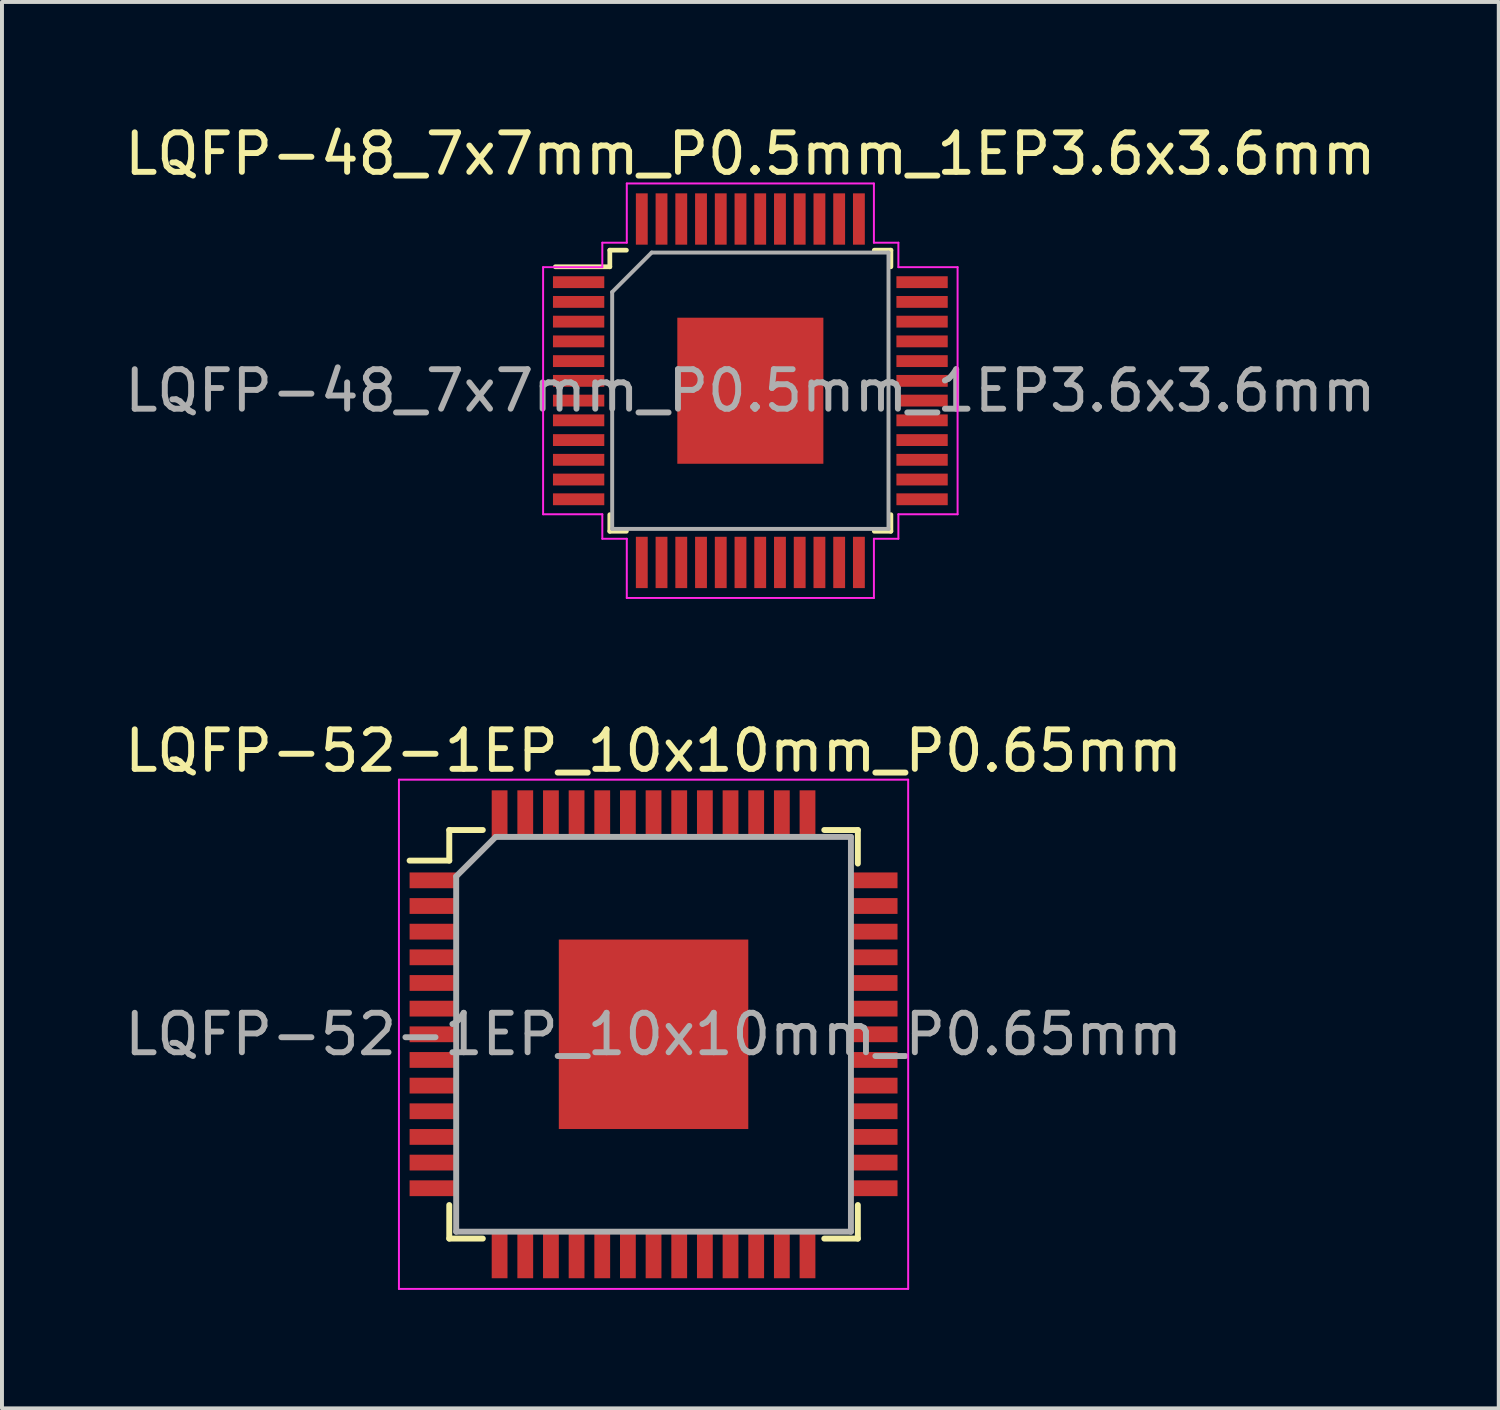
<source format=kicad_pcb>
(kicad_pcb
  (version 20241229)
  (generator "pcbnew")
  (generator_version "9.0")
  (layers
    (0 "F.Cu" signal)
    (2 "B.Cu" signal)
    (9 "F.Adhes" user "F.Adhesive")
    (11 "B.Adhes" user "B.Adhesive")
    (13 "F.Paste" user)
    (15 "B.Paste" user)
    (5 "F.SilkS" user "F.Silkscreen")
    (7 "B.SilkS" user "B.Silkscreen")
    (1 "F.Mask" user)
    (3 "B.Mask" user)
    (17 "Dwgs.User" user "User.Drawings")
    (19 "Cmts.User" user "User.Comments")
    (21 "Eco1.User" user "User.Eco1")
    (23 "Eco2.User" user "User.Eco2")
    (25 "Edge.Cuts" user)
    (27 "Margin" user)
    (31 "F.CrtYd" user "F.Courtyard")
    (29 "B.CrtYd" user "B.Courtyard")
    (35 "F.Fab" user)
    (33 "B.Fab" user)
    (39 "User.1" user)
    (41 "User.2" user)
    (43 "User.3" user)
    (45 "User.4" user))
  (footprint "LQFP-52-1EP_10x10mm_P0.65mm"
    (layer "F.Cu")
    (at 13.506 23.151)
    (property "Reference" "LQFP-52-1EP_10x10mm_P0.65mm" (at 0 -7.18 0) (layer "F.SilkS") (effects (font (size 1 1) (thickness 0.15))))
    (attr smd)
    (fp_line (start -5.175 -5.175) (end -5.175 -4.4) (stroke (width 0.15) (type solid)) (layer "F.SilkS"))
    (fp_line (start -5.175 -5.175) (end -4.325 -5.175) (stroke (width 0.15) (type solid)) (layer "F.SilkS"))
    (fp_line (start -5.175 -4.4) (end -6.18 -4.4) (stroke (width 0.15) (type solid)) (layer "F.SilkS"))
    (fp_line (start -5.175 5.175) (end -5.175 4.325) (stroke (width 0.15) (type solid)) (layer "F.SilkS"))
    (fp_line (start -5.175 5.175) (end -4.325 5.175) (stroke (width 0.15) (type solid)) (layer "F.SilkS"))
    (fp_line (start 5.175 -5.175) (end 4.325 -5.175) (stroke (width 0.15) (type solid)) (layer "F.SilkS"))
    (fp_line (start 5.175 -5.175) (end 5.175 -4.325) (stroke (width 0.15) (type solid)) (layer "F.SilkS"))
    (fp_line (start 5.175 5.175) (end 4.325 5.175) (stroke (width 0.15) (type solid)) (layer "F.SilkS"))
    (fp_line (start 5.175 5.175) (end 5.175 4.325) (stroke (width 0.15) (type solid)) (layer "F.SilkS"))
    (fp_line (start -6.45 -6.45) (end -6.45 6.45) (stroke (width 0.05) (type solid)) (layer "F.CrtYd"))
    (fp_line (start -6.45 -6.45) (end 6.45 -6.45) (stroke (width 0.05) (type solid)) (layer "F.CrtYd"))
    (fp_line (start -6.45 6.45) (end 6.45 6.45) (stroke (width 0.05) (type solid)) (layer "F.CrtYd"))
    (fp_line (start 6.45 -6.45) (end 6.45 6.45) (stroke (width 0.05) (type solid)) (layer "F.CrtYd"))
    (fp_line (start -5 -4) (end -4 -5) (stroke (width 0.15) (type solid)) (layer "F.Fab"))
    (fp_line (start -5 5) (end -5 -4) (stroke (width 0.15) (type solid)) (layer "F.Fab"))
    (fp_line (start -4 -5) (end 5 -5) (stroke (width 0.15) (type solid)) (layer "F.Fab"))
    (fp_line (start 5 -5) (end 5 5) (stroke (width 0.15) (type solid)) (layer "F.Fab"))
    (fp_line (start 5 5) (end -5 5) (stroke (width 0.15) (type solid)) (layer "F.Fab"))
    (fp_text user "${REFERENCE}" (at 0 0 0) (layer "F.Fab") (effects (font (size 1 1) (thickness 0.15))))
    (pad "" smd rect (at -1.8 -1.8) (size 0.93 0.93) (layers "F.Paste"))
    (pad "" smd rect (at -1.8 -0.6) (size 0.93 0.93) (layers "F.Paste"))
    (pad "" smd rect (at -1.8 0.6) (size 0.93 0.93) (layers "F.Paste"))
    (pad "" smd rect (at -1.8 1.8) (size 0.93 0.93) (layers "F.Paste"))
    (pad "" smd rect (at -0.6 -1.8) (size 0.93 0.93) (layers "F.Paste"))
    (pad "" smd rect (at -0.6 -0.6) (size 0.93 0.93) (layers "F.Paste"))
    (pad "" smd rect (at -0.6 0.6) (size 0.93 0.93) (layers "F.Paste"))
    (pad "" smd rect (at -0.6 1.8) (size 0.93 0.93) (layers "F.Paste"))
    (pad "" smd rect (at 0.6 -1.8) (size 0.93 0.93) (layers "F.Paste"))
    (pad "" smd rect (at 0.6 -0.6) (size 0.93 0.93) (layers "F.Paste"))
    (pad "" smd rect (at 0.6 0.6) (size 0.93 0.93) (layers "F.Paste"))
    (pad "" smd rect (at 0.6 1.8) (size 0.93 0.93) (layers "F.Paste"))
    (pad "" smd rect (at 1.8 -1.8) (size 0.93 0.93) (layers "F.Paste"))
    (pad "" smd rect (at 1.8 -0.6) (size 0.93 0.93) (layers "F.Paste"))
    (pad "" smd rect (at 1.8 0.6) (size 0.93 0.93) (layers "F.Paste"))
    (pad "" smd rect (at 1.8 1.8) (size 0.93 0.93) (layers "F.Paste"))
    (pad "1" smd rect (at -5.59 -3.9) (size 1.18 0.4) (layers "F.Cu" "F.Mask" "F.Paste"))
    (pad "2" smd rect (at -5.59 -3.25) (size 1.18 0.4) (layers "F.Cu" "F.Mask" "F.Paste"))
    (pad "3" smd rect (at -5.59 -2.6) (size 1.18 0.4) (layers "F.Cu" "F.Mask" "F.Paste"))
    (pad "4" smd rect (at -5.59 -1.95) (size 1.18 0.4) (layers "F.Cu" "F.Mask" "F.Paste"))
    (pad "5" smd rect (at -5.59 -1.3) (size 1.18 0.4) (layers "F.Cu" "F.Mask" "F.Paste"))
    (pad "6" smd rect (at -5.59 -0.65) (size 1.18 0.4) (layers "F.Cu" "F.Mask" "F.Paste"))
    (pad "7" smd rect (at -5.59 0) (size 1.18 0.4) (layers "F.Cu" "F.Mask" "F.Paste"))
    (pad "8" smd rect (at -5.59 0.65) (size 1.18 0.4) (layers "F.Cu" "F.Mask" "F.Paste"))
    (pad "9" smd rect (at -5.59 1.3) (size 1.18 0.4) (layers "F.Cu" "F.Mask" "F.Paste"))
    (pad "10" smd rect (at -5.59 1.95) (size 1.18 0.4) (layers "F.Cu" "F.Mask" "F.Paste"))
    (pad "11" smd rect (at -5.59 2.6) (size 1.18 0.4) (layers "F.Cu" "F.Mask" "F.Paste"))
    (pad "12" smd rect (at -5.59 3.25) (size 1.18 0.4) (layers "F.Cu" "F.Mask" "F.Paste"))
    (pad "13" smd rect (at -5.59 3.9) (size 1.18 0.4) (layers "F.Cu" "F.Mask" "F.Paste"))
    (pad "14" smd rect (at -3.9 5.59 90) (size 1.18 0.4) (layers "F.Cu" "F.Mask" "F.Paste"))
    (pad "15" smd rect (at -3.25 5.59 90) (size 1.18 0.4) (layers "F.Cu" "F.Mask" "F.Paste"))
    (pad "16" smd rect (at -2.6 5.59 90) (size 1.18 0.4) (layers "F.Cu" "F.Mask" "F.Paste"))
    (pad "17" smd rect (at -1.95 5.59 90) (size 1.18 0.4) (layers "F.Cu" "F.Mask" "F.Paste"))
    (pad "18" smd rect (at -1.3 5.59 90) (size 1.18 0.4) (layers "F.Cu" "F.Mask" "F.Paste"))
    (pad "19" smd rect (at -0.65 5.59 90) (size 1.18 0.4) (layers "F.Cu" "F.Mask" "F.Paste"))
    (pad "20" smd rect (at 0 5.59 90) (size 1.18 0.4) (layers "F.Cu" "F.Mask" "F.Paste"))
    (pad "21" smd rect (at 0.65 5.59 90) (size 1.18 0.4) (layers "F.Cu" "F.Mask" "F.Paste"))
    (pad "22" smd rect (at 1.3 5.59 90) (size 1.18 0.4) (layers "F.Cu" "F.Mask" "F.Paste"))
    (pad "23" smd rect (at 1.95 5.59 90) (size 1.18 0.4) (layers "F.Cu" "F.Mask" "F.Paste"))
    (pad "24" smd rect (at 2.6 5.59 90) (size 1.18 0.4) (layers "F.Cu" "F.Mask" "F.Paste"))
    (pad "25" smd rect (at 3.25 5.59 90) (size 1.18 0.4) (layers "F.Cu" "F.Mask" "F.Paste"))
    (pad "26" smd rect (at 3.9 5.59 90) (size 1.18 0.4) (layers "F.Cu" "F.Mask" "F.Paste"))
    (pad "27" smd rect (at 5.59 3.9) (size 1.18 0.4) (layers "F.Cu" "F.Mask" "F.Paste"))
    (pad "28" smd rect (at 5.59 3.25) (size 1.18 0.4) (layers "F.Cu" "F.Mask" "F.Paste"))
    (pad "29" smd rect (at 5.59 2.6) (size 1.18 0.4) (layers "F.Cu" "F.Mask" "F.Paste"))
    (pad "30" smd rect (at 5.59 1.95) (size 1.18 0.4) (layers "F.Cu" "F.Mask" "F.Paste"))
    (pad "31" smd rect (at 5.59 1.3) (size 1.18 0.4) (layers "F.Cu" "F.Mask" "F.Paste"))
    (pad "32" smd rect (at 5.59 0.65) (size 1.18 0.4) (layers "F.Cu" "F.Mask" "F.Paste"))
    (pad "33" smd rect (at 5.59 0) (size 1.18 0.4) (layers "F.Cu" "F.Mask" "F.Paste"))
    (pad "34" smd rect (at 5.59 -0.65) (size 1.18 0.4) (layers "F.Cu" "F.Mask" "F.Paste"))
    (pad "35" smd rect (at 5.59 -1.3) (size 1.18 0.4) (layers "F.Cu" "F.Mask" "F.Paste"))
    (pad "36" smd rect (at 5.59 -1.95) (size 1.18 0.4) (layers "F.Cu" "F.Mask" "F.Paste"))
    (pad "37" smd rect (at 5.59 -2.6) (size 1.18 0.4) (layers "F.Cu" "F.Mask" "F.Paste"))
    (pad "38" smd rect (at 5.59 -3.25) (size 1.18 0.4) (layers "F.Cu" "F.Mask" "F.Paste"))
    (pad "39" smd rect (at 5.59 -3.9) (size 1.18 0.4) (layers "F.Cu" "F.Mask" "F.Paste"))
    (pad "40" smd rect (at 3.9 -5.59 90) (size 1.18 0.4) (layers "F.Cu" "F.Mask" "F.Paste"))
    (pad "41" smd rect (at 3.25 -5.59 90) (size 1.18 0.4) (layers "F.Cu" "F.Mask" "F.Paste"))
    (pad "42" smd rect (at 2.6 -5.59 90) (size 1.18 0.4) (layers "F.Cu" "F.Mask" "F.Paste"))
    (pad "43" smd rect (at 1.95 -5.59 90) (size 1.18 0.4) (layers "F.Cu" "F.Mask" "F.Paste"))
    (pad "44" smd rect (at 1.3 -5.59 90) (size 1.18 0.4) (layers "F.Cu" "F.Mask" "F.Paste"))
    (pad "45" smd rect (at 0.65 -5.59 90) (size 1.18 0.4) (layers "F.Cu" "F.Mask" "F.Paste"))
    (pad "46" smd rect (at 0 -5.59 90) (size 1.18 0.4) (layers "F.Cu" "F.Mask" "F.Paste"))
    (pad "47" smd rect (at -0.65 -5.59 90) (size 1.18 0.4) (layers "F.Cu" "F.Mask" "F.Paste"))
    (pad "48" smd rect (at -1.3 -5.59 90) (size 1.18 0.4) (layers "F.Cu" "F.Mask" "F.Paste"))
    (pad "49" smd rect (at -1.95 -5.59 90) (size 1.18 0.4) (layers "F.Cu" "F.Mask" "F.Paste"))
    (pad "50" smd rect (at -2.6 -5.59 90) (size 1.18 0.4) (layers "F.Cu" "F.Mask" "F.Paste"))
    (pad "51" smd rect (at -3.25 -5.59 90) (size 1.18 0.4) (layers "F.Cu" "F.Mask" "F.Paste"))
    (pad "52" smd rect (at -3.9 -5.59 90) (size 1.18 0.4) (layers "F.Cu" "F.Mask" "F.Paste"))
    (pad "53" smd rect (at 0 0) (size 4.8 4.8) (layers "F.Cu" "F.Mask")))
  (footprint "LQFP-48_7x7mm_P0.5mm_1EP3.6x3.6mm"
    (layer "F.Cu")
    (at 15.958 6.848)
    (property "Reference" "LQFP-48_7x7mm_P0.5mm_1EP3.6x3.6mm" (at 0 -6 0) (layer "F.SilkS") (effects (font (size 1 1) (thickness 0.15))))
    (attr smd)
    (fp_line (start -3.56 -3.56) (end -3.56 -3.14) (stroke (width 0.12) (type solid)) (layer "F.SilkS"))
    (fp_line (start -3.56 -3.56) (end -3.14 -3.56) (stroke (width 0.12) (type solid)) (layer "F.SilkS"))
    (fp_line (start -3.56 -3.14) (end -4.94 -3.14) (stroke (width 0.12) (type solid)) (layer "F.SilkS"))
    (fp_line (start -3.56 3.56) (end -3.56 3.14) (stroke (width 0.12) (type solid)) (layer "F.SilkS"))
    (fp_line (start -3.56 3.56) (end -3.14 3.56) (stroke (width 0.12) (type solid)) (layer "F.SilkS"))
    (fp_line (start 3.56 -3.56) (end 3.14 -3.56) (stroke (width 0.12) (type solid)) (layer "F.SilkS"))
    (fp_line (start 3.56 -3.56) (end 3.56 -3.14) (stroke (width 0.12) (type solid)) (layer "F.SilkS"))
    (fp_line (start 3.56 3.56) (end 3.14 3.56) (stroke (width 0.12) (type solid)) (layer "F.SilkS"))
    (fp_line (start 3.56 3.56) (end 3.56 3.14) (stroke (width 0.12) (type solid)) (layer "F.SilkS"))
    (fp_line (start -5.25 -3.13) (end -5.25 3.13) (stroke (width 0.05) (type solid)) (layer "F.CrtYd"))
    (fp_line (start -3.75 -3.13) (end -5.25 -3.13) (stroke (width 0.05) (type solid)) (layer "F.CrtYd"))
    (fp_line (start -3.75 -3.13) (end -3.75 -3.75) (stroke (width 0.05) (type solid)) (layer "F.CrtYd"))
    (fp_line (start -3.75 3.13) (end -5.25 3.13) (stroke (width 0.05) (type solid)) (layer "F.CrtYd"))
    (fp_line (start -3.75 3.13) (end -3.75 3.75) (stroke (width 0.05) (type solid)) (layer "F.CrtYd"))
    (fp_line (start -3.13 -5.25) (end 3.13 -5.25) (stroke (width 0.05) (type solid)) (layer "F.CrtYd"))
    (fp_line (start -3.13 -3.75) (end -3.75 -3.75) (stroke (width 0.05) (type solid)) (layer "F.CrtYd"))
    (fp_line (start -3.13 -3.75) (end -3.13 -5.25) (stroke (width 0.05) (type solid)) (layer "F.CrtYd"))
    (fp_line (start -3.13 3.75) (end -3.75 3.75) (stroke (width 0.05) (type solid)) (layer "F.CrtYd"))
    (fp_line (start -3.13 3.75) (end -3.13 5.25) (stroke (width 0.05) (type solid)) (layer "F.CrtYd"))
    (fp_line (start -3.13 5.25) (end 3.13 5.25) (stroke (width 0.05) (type solid)) (layer "F.CrtYd"))
    (fp_line (start 3.13 -3.75) (end 3.13 -5.25) (stroke (width 0.05) (type solid)) (layer "F.CrtYd"))
    (fp_line (start 3.13 -3.75) (end 3.75 -3.75) (stroke (width 0.05) (type solid)) (layer "F.CrtYd"))
    (fp_line (start 3.13 3.75) (end 3.75 3.75) (stroke (width 0.05) (type solid)) (layer "F.CrtYd"))
    (fp_line (start 3.13 5.25) (end 3.13 3.75) (stroke (width 0.05) (type solid)) (layer "F.CrtYd"))
    (fp_line (start 3.75 -3.13) (end 3.75 -3.75) (stroke (width 0.05) (type solid)) (layer "F.CrtYd"))
    (fp_line (start 3.75 -3.13) (end 5.25 -3.13) (stroke (width 0.05) (type solid)) (layer "F.CrtYd"))
    (fp_line (start 3.75 3.13) (end 3.75 3.75) (stroke (width 0.05) (type solid)) (layer "F.CrtYd"))
    (fp_line (start 3.75 3.13) (end 5.25 3.13) (stroke (width 0.05) (type solid)) (layer "F.CrtYd"))
    (fp_line (start 5.25 -3.13) (end 5.25 3.13) (stroke (width 0.05) (type solid)) (layer "F.CrtYd"))
    (fp_line (start -3.5 -2.5) (end -2.5 -3.5) (stroke (width 0.1) (type solid)) (layer "F.Fab"))
    (fp_line (start -3.5 3.5) (end -3.5 -2.5) (stroke (width 0.1) (type solid)) (layer "F.Fab"))
    (fp_line (start -2.5 -3.5) (end 3.5 -3.5) (stroke (width 0.1) (type solid)) (layer "F.Fab"))
    (fp_line (start 3.5 -3.5) (end 3.5 3.5) (stroke (width 0.1) (type solid)) (layer "F.Fab"))
    (fp_line (start 3.5 3.5) (end -3.5 3.5) (stroke (width 0.1) (type solid)) (layer "F.Fab"))
    (fp_text user "${REFERENCE}" (at 0 0 0) (layer "F.Fab") (effects (font (size 1 1) (thickness 0.15))))
    (pad "" smd rect (at -0.925 -0.925) (size 1.25 1.25) (layers "F.Cu" "F.Paste"))
    (pad "" smd rect (at -0.925 0.925) (size 1.25 1.25) (layers "F.Cu" "F.Paste"))
    (pad "" smd rect (at 0.925 -0.925) (size 1.25 1.25) (layers "F.Cu" "F.Paste"))
    (pad "" smd rect (at 0.925 0.925) (size 1.25 1.25) (layers "F.Cu" "F.Paste"))
    (pad "1" smd rect (at -4.35 -2.75) (size 1.3 0.3) (layers "F.Cu" "F.Mask" "F.Paste"))
    (pad "2" smd rect (at -4.35 -2.25) (size 1.3 0.3) (layers "F.Cu" "F.Mask" "F.Paste"))
    (pad "3" smd rect (at -4.35 -1.75) (size 1.3 0.3) (layers "F.Cu" "F.Mask" "F.Paste"))
    (pad "4" smd rect (at -4.35 -1.25) (size 1.3 0.3) (layers "F.Cu" "F.Mask" "F.Paste"))
    (pad "5" smd rect (at -4.35 -0.75) (size 1.3 0.3) (layers "F.Cu" "F.Mask" "F.Paste"))
    (pad "6" smd rect (at -4.35 -0.25) (size 1.3 0.3) (layers "F.Cu" "F.Mask" "F.Paste"))
    (pad "7" smd rect (at -4.35 0.25) (size 1.3 0.3) (layers "F.Cu" "F.Mask" "F.Paste"))
    (pad "8" smd rect (at -4.35 0.75) (size 1.3 0.3) (layers "F.Cu" "F.Mask" "F.Paste"))
    (pad "9" smd rect (at -4.35 1.25) (size 1.3 0.3) (layers "F.Cu" "F.Mask" "F.Paste"))
    (pad "10" smd rect (at -4.35 1.75) (size 1.3 0.3) (layers "F.Cu" "F.Mask" "F.Paste"))
    (pad "11" smd rect (at -4.35 2.25) (size 1.3 0.3) (layers "F.Cu" "F.Mask" "F.Paste"))
    (pad "12" smd rect (at -4.35 2.75) (size 1.3 0.3) (layers "F.Cu" "F.Mask" "F.Paste"))
    (pad "13" smd rect (at -2.75 4.35 90) (size 1.3 0.3) (layers "F.Cu" "F.Mask" "F.Paste"))
    (pad "14" smd rect (at -2.25 4.35 90) (size 1.3 0.3) (layers "F.Cu" "F.Mask" "F.Paste"))
    (pad "15" smd rect (at -1.75 4.35 90) (size 1.3 0.3) (layers "F.Cu" "F.Mask" "F.Paste"))
    (pad "16" smd rect (at -1.25 4.35 90) (size 1.3 0.3) (layers "F.Cu" "F.Mask" "F.Paste"))
    (pad "17" smd rect (at -0.75 4.35 90) (size 1.3 0.3) (layers "F.Cu" "F.Mask" "F.Paste"))
    (pad "18" smd rect (at -0.25 4.35 90) (size 1.3 0.3) (layers "F.Cu" "F.Mask" "F.Paste"))
    (pad "19" smd rect (at 0.25 4.35 90) (size 1.3 0.3) (layers "F.Cu" "F.Mask" "F.Paste"))
    (pad "20" smd rect (at 0.75 4.35 90) (size 1.3 0.3) (layers "F.Cu" "F.Mask" "F.Paste"))
    (pad "21" smd rect (at 1.25 4.35 90) (size 1.3 0.3) (layers "F.Cu" "F.Mask" "F.Paste"))
    (pad "22" smd rect (at 1.75 4.35 90) (size 1.3 0.3) (layers "F.Cu" "F.Mask" "F.Paste"))
    (pad "23" smd rect (at 2.25 4.35 90) (size 1.3 0.3) (layers "F.Cu" "F.Mask" "F.Paste"))
    (pad "24" smd rect (at 2.75 4.35 90) (size 1.3 0.3) (layers "F.Cu" "F.Mask" "F.Paste"))
    (pad "25" smd rect (at 4.35 2.75) (size 1.3 0.3) (layers "F.Cu" "F.Mask" "F.Paste"))
    (pad "26" smd rect (at 4.35 2.25) (size 1.3 0.3) (layers "F.Cu" "F.Mask" "F.Paste"))
    (pad "27" smd rect (at 4.35 1.75) (size 1.3 0.3) (layers "F.Cu" "F.Mask" "F.Paste"))
    (pad "28" smd rect (at 4.35 1.25) (size 1.3 0.3) (layers "F.Cu" "F.Mask" "F.Paste"))
    (pad "29" smd rect (at 4.35 0.75) (size 1.3 0.3) (layers "F.Cu" "F.Mask" "F.Paste"))
    (pad "30" smd rect (at 4.35 0.25) (size 1.3 0.3) (layers "F.Cu" "F.Mask" "F.Paste"))
    (pad "31" smd rect (at 4.35 -0.25) (size 1.3 0.3) (layers "F.Cu" "F.Mask" "F.Paste"))
    (pad "32" smd rect (at 4.35 -0.75) (size 1.3 0.3) (layers "F.Cu" "F.Mask" "F.Paste"))
    (pad "33" smd rect (at 4.35 -1.25) (size 1.3 0.3) (layers "F.Cu" "F.Mask" "F.Paste"))
    (pad "34" smd rect (at 4.35 -1.75) (size 1.3 0.3) (layers "F.Cu" "F.Mask" "F.Paste"))
    (pad "35" smd rect (at 4.35 -2.25) (size 1.3 0.3) (layers "F.Cu" "F.Mask" "F.Paste"))
    (pad "36" smd rect (at 4.35 -2.75) (size 1.3 0.3) (layers "F.Cu" "F.Mask" "F.Paste"))
    (pad "37" smd rect (at 2.75 -4.35 90) (size 1.3 0.3) (layers "F.Cu" "F.Mask" "F.Paste"))
    (pad "38" smd rect (at 2.25 -4.35 90) (size 1.3 0.3) (layers "F.Cu" "F.Mask" "F.Paste"))
    (pad "39" smd rect (at 1.75 -4.35 90) (size 1.3 0.3) (layers "F.Cu" "F.Mask" "F.Paste"))
    (pad "40" smd rect (at 1.25 -4.35 90) (size 1.3 0.3) (layers "F.Cu" "F.Mask" "F.Paste"))
    (pad "41" smd rect (at 0.75 -4.35 90) (size 1.3 0.3) (layers "F.Cu" "F.Mask" "F.Paste"))
    (pad "42" smd rect (at 0.25 -4.35 90) (size 1.3 0.3) (layers "F.Cu" "F.Mask" "F.Paste"))
    (pad "43" smd rect (at -0.25 -4.35 90) (size 1.3 0.3) (layers "F.Cu" "F.Mask" "F.Paste"))
    (pad "44" smd rect (at -0.75 -4.35 90) (size 1.3 0.3) (layers "F.Cu" "F.Mask" "F.Paste"))
    (pad "45" smd rect (at -1.25 -4.35 90) (size 1.3 0.3) (layers "F.Cu" "F.Mask" "F.Paste"))
    (pad "46" smd rect (at -1.75 -4.35 90) (size 1.3 0.3) (layers "F.Cu" "F.Mask" "F.Paste"))
    (pad "47" smd rect (at -2.25 -4.35 90) (size 1.3 0.3) (layers "F.Cu" "F.Mask" "F.Paste"))
    (pad "48" smd rect (at -2.75 -4.35 90) (size 1.3 0.3) (layers "F.Cu" "F.Mask" "F.Paste"))
    (pad "49" smd rect (at 0 0) (size 3.7 3.7) (layers "F.Cu" "F.Mask")))
  (gr_rect
    (start -3 -3)
    (end 34.917 32.627)
    (stroke (width 0.1) (type default))
    (fill no)
    (layer "Edge.Cuts")))
</source>
